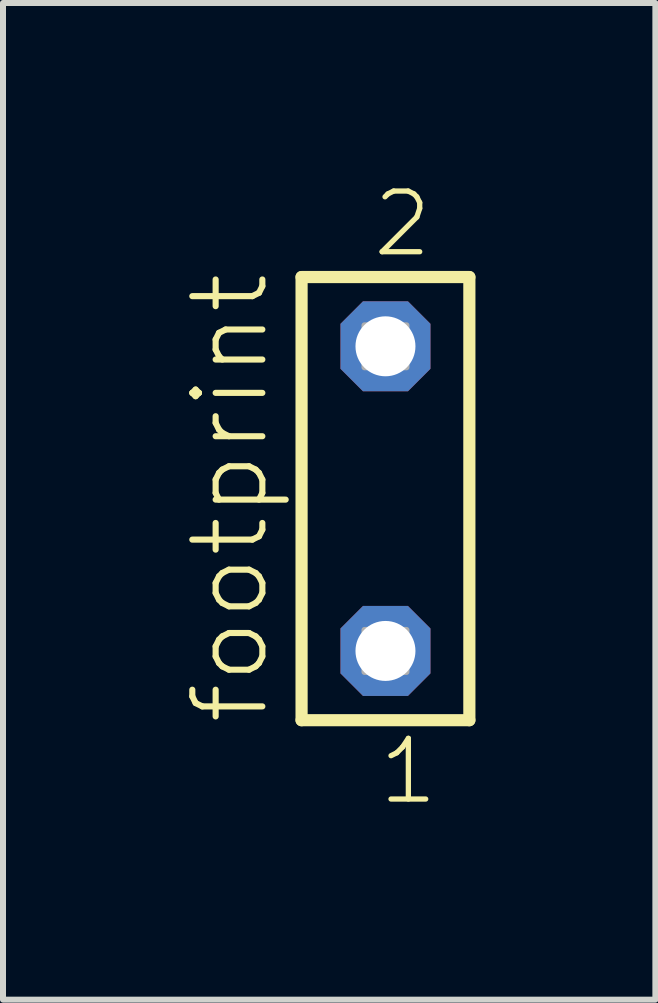
<source format=kicad_pcb>
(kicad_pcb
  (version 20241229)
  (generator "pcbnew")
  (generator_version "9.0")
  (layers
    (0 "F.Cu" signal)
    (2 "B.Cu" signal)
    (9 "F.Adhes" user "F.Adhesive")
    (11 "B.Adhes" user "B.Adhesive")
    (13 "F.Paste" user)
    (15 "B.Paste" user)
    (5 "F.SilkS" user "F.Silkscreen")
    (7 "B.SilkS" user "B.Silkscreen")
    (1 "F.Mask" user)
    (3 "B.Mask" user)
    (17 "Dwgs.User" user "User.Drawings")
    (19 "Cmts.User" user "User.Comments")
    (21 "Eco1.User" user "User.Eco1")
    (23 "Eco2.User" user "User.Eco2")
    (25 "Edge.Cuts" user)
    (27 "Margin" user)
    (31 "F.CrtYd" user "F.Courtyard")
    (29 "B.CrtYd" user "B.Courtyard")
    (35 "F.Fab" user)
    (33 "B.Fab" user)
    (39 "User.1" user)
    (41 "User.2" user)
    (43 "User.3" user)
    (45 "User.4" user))
  (footprint "footprint"
    (layer "F.Cu")
    (at 3.378 5.265)
    (property "Reference" "footprint" (at -1.905 3.81 90) (layer "F.SilkS") (effects (font (size 1.168 1.168) (thickness 0.102)) (justify left bottom)))
    (fp_line (start -1.399 -3.695) (end 1.399 -3.695) (stroke (width 0.203) (type solid)) (layer "F.SilkS"))
    (fp_line (start -1.399 3.695) (end -1.399 -3.695) (stroke (width 0.203) (type solid)) (layer "F.SilkS"))
    (fp_line (start 1.399 -3.695) (end 1.399 3.695) (stroke (width 0.203) (type solid)) (layer "F.SilkS"))
    (fp_line (start 1.399 3.695) (end -1.399 3.695) (stroke (width 0.203) (type solid)) (layer "F.SilkS"))
    (fp_poly (pts (xy -0.35 -2.19) (xy 0.35 -2.19) (xy 0.35 -2.89) (xy -0.35 -2.89)) (stroke (width 0.1) (type solid)) (fill no) (layer "F.Fab"))
    (fp_poly (pts (xy -0.35 2.89) (xy 0.35 2.89) (xy 0.35 2.19) (xy -0.35 2.19)) (stroke (width 0.1) (type solid)) (fill no) (layer "F.Fab"))
    (fp_text user "2" (at -0.258 -3.989 0) (layer "F.SilkS") (effects (font (size 1.012 1.012) (thickness 0.088)) (justify left bottom)))
    (fp_text user "1" (at -0.158 5.138 0) (layer "F.SilkS") (effects (font (size 1.012 1.012) (thickness 0.088)) (justify left bottom)))
    (pad "1" thru_hole roundrect (at 0 2.54 180) (size 1.5 1.5) (drill 1) (layers "*.Cu" "*.Mask") (roundrect_rratio 0.25) (chamfer_ratio 0.25) (chamfer top_left top_right bottom_left bottom_right))
    (pad "2" thru_hole roundrect (at 0 -2.54 180) (size 1.5 1.5) (drill 1) (layers "*.Cu" "*.Mask") (roundrect_rratio 0.25) (chamfer_ratio 0.25) (chamfer top_left top_right bottom_left bottom_right)))
  (gr_rect
    (start -3 -3)
    (end 7.879 13.62)
    (stroke (width 0.1) (type default))
    (fill no)
    (layer "Edge.Cuts")))
</source>
